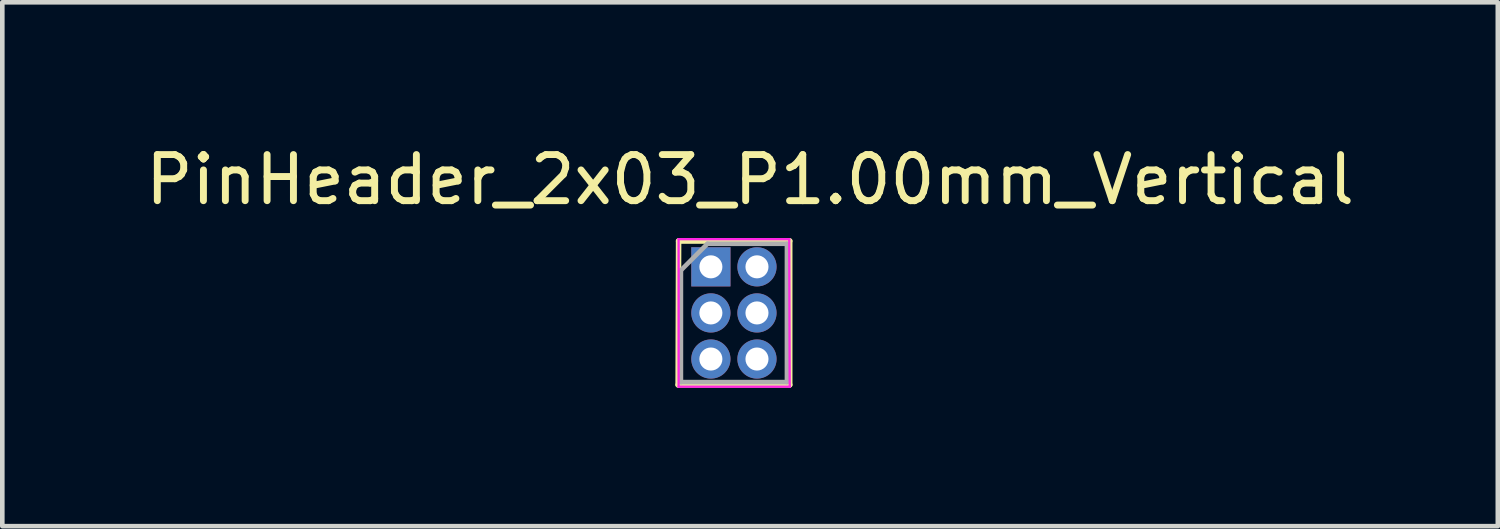
<source format=kicad_pcb>
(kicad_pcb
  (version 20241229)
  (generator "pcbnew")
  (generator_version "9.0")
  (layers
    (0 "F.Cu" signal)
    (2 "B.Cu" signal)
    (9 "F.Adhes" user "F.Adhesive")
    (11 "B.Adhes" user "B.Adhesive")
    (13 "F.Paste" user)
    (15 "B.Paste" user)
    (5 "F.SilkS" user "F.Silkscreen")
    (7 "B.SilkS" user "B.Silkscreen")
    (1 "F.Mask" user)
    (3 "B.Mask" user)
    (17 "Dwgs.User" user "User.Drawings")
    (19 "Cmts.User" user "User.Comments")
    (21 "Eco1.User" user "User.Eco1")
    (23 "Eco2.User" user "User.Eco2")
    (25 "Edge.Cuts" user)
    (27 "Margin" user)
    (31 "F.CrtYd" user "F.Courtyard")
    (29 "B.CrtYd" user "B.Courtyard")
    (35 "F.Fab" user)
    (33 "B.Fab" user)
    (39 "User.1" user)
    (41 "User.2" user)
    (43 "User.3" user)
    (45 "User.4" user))
  (footprint "PinHeader_2x03_P1.00mm_Vertical"
    (layer "F.Cu")
    (at 12.37 2.738)
    (property "Reference" "PinHeader_2x03_P1.00mm_Vertical" (at 0.85 -1.89 0) (layer "F.SilkS") (effects (font (size 1 1) (thickness 0.15))))
    (attr through_hole)
    (fp_line (start -0.71 2.56) (end 1.71 2.56) (stroke (width 0.12) (type solid)) (layer "F.SilkS"))
    (fp_line (start -0.7 -0.56) (end -0.71 2.56) (stroke (width 0.12) (type solid)) (layer "F.SilkS"))
    (fp_line (start -0.7 -0.56) (end 1.71 -0.56) (stroke (width 0.12) (type solid)) (layer "F.SilkS"))
    (fp_line (start 1.71 -0.56) (end 1.71 2.56) (stroke (width 0.12) (type solid)) (layer "F.SilkS"))
    (fp_line (start -0.7 -0.6) (end -0.7 2.6) (stroke (width 0.05) (type solid)) (layer "F.CrtYd"))
    (fp_line (start -0.7 2.6) (end 1.71 2.6) (stroke (width 0.05) (type solid)) (layer "F.CrtYd"))
    (fp_line (start 1.7 -0.6) (end -0.7 -0.6) (stroke (width 0.05) (type solid)) (layer "F.CrtYd"))
    (fp_line (start 1.71 2.6) (end 1.7 -0.6) (stroke (width 0.05) (type solid)) (layer "F.CrtYd"))
    (fp_line (start -0.65 0.075) (end -0.075 -0.5) (stroke (width 0.1) (type solid)) (layer "F.Fab"))
    (fp_line (start -0.65 2.5) (end -0.65 0.075) (stroke (width 0.1) (type solid)) (layer "F.Fab"))
    (fp_line (start -0.075 -0.5) (end 1.65 -0.5) (stroke (width 0.1) (type solid)) (layer "F.Fab"))
    (fp_line (start 1.65 -0.5) (end 1.65 2.5) (stroke (width 0.1) (type solid)) (layer "F.Fab"))
    (fp_line (start 1.65 2.5) (end -0.65 2.5) (stroke (width 0.1) (type solid)) (layer "F.Fab"))
    (pad "1" thru_hole rect (at 0 0) (size 0.85 0.85) (drill 0.5) (layers "*.Cu" "*.Mask"))
    (pad "2" thru_hole oval (at 1 0) (size 0.85 0.85) (drill 0.5) (layers "*.Cu" "*.Mask"))
    (pad "3" thru_hole oval (at 0 1) (size 0.85 0.85) (drill 0.5) (layers "*.Cu" "*.Mask"))
    (pad "4" thru_hole oval (at 1 1) (size 0.85 0.85) (drill 0.5) (layers "*.Cu" "*.Mask"))
    (pad "5" thru_hole oval (at 0 2) (size 0.85 0.85) (drill 0.5) (layers "*.Cu" "*.Mask"))
    (pad "6" thru_hole oval (at 1 2) (size 0.85 0.85) (drill 0.5) (layers "*.Cu" "*.Mask")))
  (gr_rect
    (start -3 -3)
    (end 29.44 8.363)
    (stroke (width 0.1) (type default))
    (fill no)
    (layer "Edge.Cuts")))
</source>
